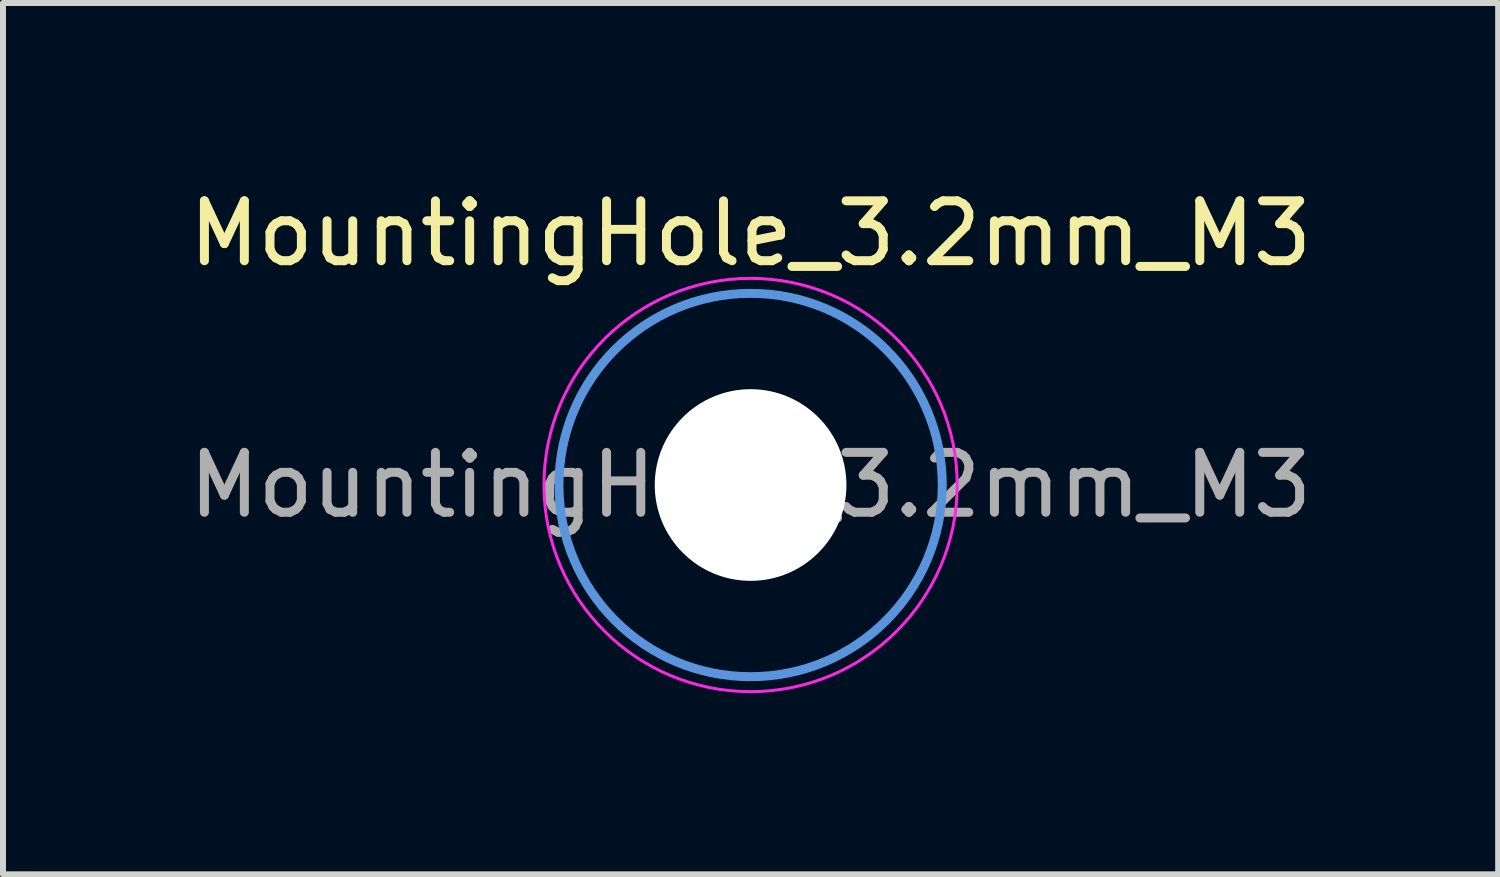
<source format=kicad_pcb>
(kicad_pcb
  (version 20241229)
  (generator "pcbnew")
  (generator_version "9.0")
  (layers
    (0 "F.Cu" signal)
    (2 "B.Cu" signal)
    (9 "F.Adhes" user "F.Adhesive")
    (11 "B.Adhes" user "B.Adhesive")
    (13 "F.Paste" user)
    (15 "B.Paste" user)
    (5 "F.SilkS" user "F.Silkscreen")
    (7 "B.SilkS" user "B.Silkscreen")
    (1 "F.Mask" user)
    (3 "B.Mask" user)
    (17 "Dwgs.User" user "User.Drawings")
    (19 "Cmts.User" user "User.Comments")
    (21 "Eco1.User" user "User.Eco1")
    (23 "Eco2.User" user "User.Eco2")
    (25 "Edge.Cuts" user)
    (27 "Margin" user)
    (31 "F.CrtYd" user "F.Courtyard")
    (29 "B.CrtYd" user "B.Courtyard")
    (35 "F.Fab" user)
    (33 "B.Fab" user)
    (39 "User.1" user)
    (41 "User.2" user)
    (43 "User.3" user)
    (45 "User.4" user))
  (footprint "MountingHole_3.2mm_M3"
    (layer "F.Cu")
    (at 9.482 5.048)
    (property "Reference" "MountingHole_3.2mm_M3" (at 0 -4.2 0) (layer "F.SilkS") (effects (font (size 1 1) (thickness 0.15))))
    (attr exclude_from_pos_files exclude_from_bom)
    (fp_circle (center 0 0) (end 3.2 0) (stroke (width 0.15) (type solid)) (fill no) (layer "Cmts.User"))
    (fp_circle (center 0 0) (end 3.45 0) (stroke (width 0.05) (type solid)) (fill no) (layer "F.CrtYd"))
    (fp_text user "${REFERENCE}" (at 0 0 0) (layer "F.Fab") (effects (font (size 1 1) (thickness 0.15))))
    (pad "" np_thru_hole circle (at 0 0) (size 3.2 3.2) (drill 3.2) (layers "*.Cu" "*.Mask"))
    (zone (net_name "") (layers "F.Cu" "B.Cu") (hatch edge 0.5) (connect_pads) (min_thickness 0.25) (filled_areas_thickness no) (keepout (tracks not_allowed) (vias not_allowed) (pads not_allowed) (copperpour allowed) (footprints allowed)) (placement (enabled no)) (fill) (polygon (pts (xy 12.982 5.048) (xy 12.963 4.682) (xy 12.906 4.321) (xy 12.811 3.967) (xy 12.68 3.625) (xy 12.513 3.298) (xy 12.314 2.991) (xy 12.083 2.706) (xy 11.824 2.447) (xy 11.539 2.217) (xy 11.232 2.017) (xy 10.906 1.851) (xy 10.564 1.72) (xy 10.21 1.625) (xy 9.848 1.567) (xy 9.482 1.548) (xy 9.116 1.567) (xy 8.754 1.625) (xy 8.401 1.72) (xy 8.059 1.851) (xy 7.732 2.017) (xy 7.425 2.217) (xy 7.14 2.447) (xy 6.881 2.706) (xy 6.651 2.991) (xy 6.451 3.298) (xy 6.285 3.625) (xy 6.153 3.967) (xy 6.059 4.321) (xy 6.001 4.682) (xy 5.982 5.048) (xy 6.001 5.414) (xy 6.059 5.776) (xy 6.153 6.13) (xy 6.285 6.472) (xy 6.451 6.798) (xy 6.651 7.105) (xy 6.881 7.39) (xy 7.14 7.649) (xy 7.425 7.88) (xy 7.732 8.079) (xy 8.059 8.246) (xy 8.401 8.377) (xy 8.754 8.472) (xy 9.116 8.529) (xy 9.482 8.548) (xy 9.848 8.529) (xy 10.21 8.472) (xy 10.564 8.377) (xy 10.906 8.246) (xy 11.232 8.079) (xy 11.539 7.88) (xy 11.824 7.649) (xy 12.083 7.39) (xy 12.314 7.105) (xy 12.513 6.798) (xy 12.68 6.472) (xy 12.811 6.13) (xy 12.906 5.776) (xy 12.963 5.414)))))
  (gr_rect
    (start -3 -3)
    (end 21.964 11.548)
    (stroke (width 0.1) (type default))
    (fill no)
    (layer "Edge.Cuts")))
</source>
